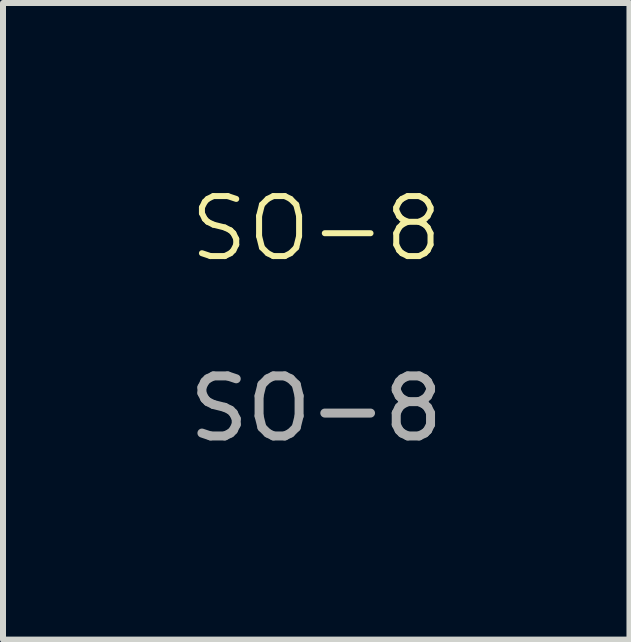
<source format=kicad_pcb>
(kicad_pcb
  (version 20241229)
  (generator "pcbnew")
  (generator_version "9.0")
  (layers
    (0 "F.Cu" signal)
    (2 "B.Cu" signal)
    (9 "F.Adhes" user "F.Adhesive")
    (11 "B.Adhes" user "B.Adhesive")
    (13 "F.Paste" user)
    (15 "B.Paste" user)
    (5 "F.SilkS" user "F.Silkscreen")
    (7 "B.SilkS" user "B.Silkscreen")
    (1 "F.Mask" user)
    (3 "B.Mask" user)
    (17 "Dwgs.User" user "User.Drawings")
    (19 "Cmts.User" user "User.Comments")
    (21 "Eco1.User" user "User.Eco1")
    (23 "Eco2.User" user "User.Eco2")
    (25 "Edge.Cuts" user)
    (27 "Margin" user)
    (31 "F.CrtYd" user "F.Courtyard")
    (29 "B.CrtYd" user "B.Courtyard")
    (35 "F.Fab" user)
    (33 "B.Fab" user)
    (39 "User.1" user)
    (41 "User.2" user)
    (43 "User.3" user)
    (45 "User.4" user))
  (footprint "SO-8"
    (layer "F.Cu")
    (at 2.22 1.26)
    (property "Reference" "SO-8" (at 0 -0.5 0) (unlocked yes) (layer "F.SilkS") (effects (font (size 1 1) (thickness 0.1))))
    (fp_text user "${REFERENCE}" (at 0 2.5 0) (unlocked yes) (layer "F.Fab") (effects (font (size 1 1) (thickness 0.15)))))
  (gr_rect
    (start -3 -3)
    (end 7.44 7.609)
    (stroke (width 0.1) (type default))
    (fill no)
    (layer "Edge.Cuts")))
</source>
